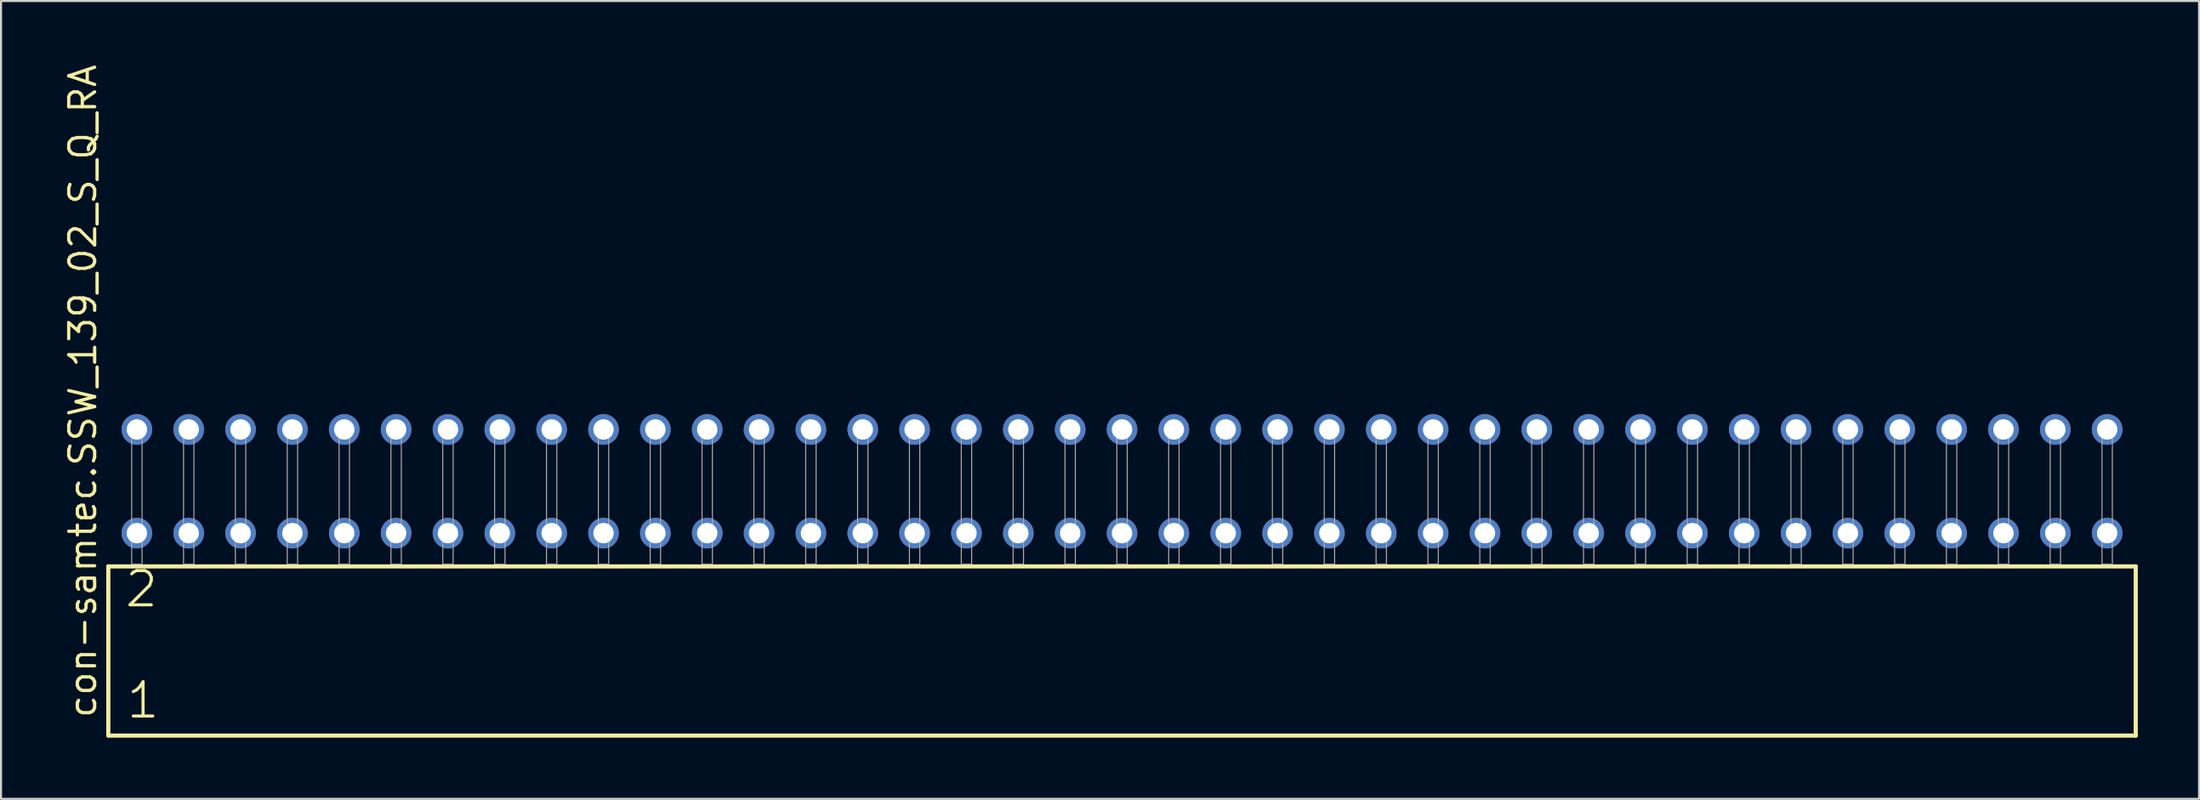
<source format=kicad_pcb>
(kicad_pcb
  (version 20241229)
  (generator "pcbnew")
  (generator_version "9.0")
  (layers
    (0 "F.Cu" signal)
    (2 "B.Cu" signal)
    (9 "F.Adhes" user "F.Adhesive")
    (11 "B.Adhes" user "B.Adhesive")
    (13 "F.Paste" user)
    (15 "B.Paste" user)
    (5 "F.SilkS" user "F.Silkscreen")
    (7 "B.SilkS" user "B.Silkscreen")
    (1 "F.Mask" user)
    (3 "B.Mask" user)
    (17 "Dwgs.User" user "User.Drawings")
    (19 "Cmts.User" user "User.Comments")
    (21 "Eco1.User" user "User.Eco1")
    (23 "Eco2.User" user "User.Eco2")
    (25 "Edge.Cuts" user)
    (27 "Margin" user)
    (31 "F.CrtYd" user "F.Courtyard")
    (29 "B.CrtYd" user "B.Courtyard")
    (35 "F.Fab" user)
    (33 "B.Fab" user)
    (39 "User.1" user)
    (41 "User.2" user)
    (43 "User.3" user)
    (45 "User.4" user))
  (footprint "con-samtec.SSW_139_02_S_Q_RA"
    (layer "F.Cu")
    (at 51.915 24.598)
    (property "Reference" "con-samtec.SSW_139_02_S_Q_RA" (at -50.165 7.62 90) (layer "F.SilkS") (effects (font (size 1.27 1.27) (thickness 0.16)) (justify left bottom)))
    (attr through_hole)
    (fp_line (start -49.659 0.106) (end -49.659 8.396) (stroke (width 0.203) (type default)) (layer "F.SilkS"))
    (fp_line (start -49.659 8.396) (end 49.659 8.396) (stroke (width 0.203) (type default)) (layer "F.SilkS"))
    (fp_line (start 49.659 0.106) (end -49.659 0.106) (stroke (width 0.203) (type default)) (layer "F.SilkS"))
    (fp_line (start 49.659 8.396) (end 49.659 0.106) (stroke (width 0.203) (type default)) (layer "F.SilkS"))
    (fp_rect (start -48.514 0) (end -48.006 -6.858) (stroke (width 0.05) (type default)) (fill no) (layer "F.Fab"))
    (fp_rect (start -45.974 0) (end -45.466 -6.858) (stroke (width 0.05) (type default)) (fill no) (layer "F.Fab"))
    (fp_rect (start -43.434 0) (end -42.926 -6.858) (stroke (width 0.05) (type default)) (fill no) (layer "F.Fab"))
    (fp_rect (start -40.894 0) (end -40.386 -6.858) (stroke (width 0.05) (type default)) (fill no) (layer "F.Fab"))
    (fp_rect (start -38.354 0) (end -37.846 -6.858) (stroke (width 0.05) (type default)) (fill no) (layer "F.Fab"))
    (fp_rect (start -35.814 0) (end -35.306 -6.858) (stroke (width 0.05) (type default)) (fill no) (layer "F.Fab"))
    (fp_rect (start -33.274 0) (end -32.766 -6.858) (stroke (width 0.05) (type default)) (fill no) (layer "F.Fab"))
    (fp_rect (start -30.734 0) (end -30.226 -6.858) (stroke (width 0.05) (type default)) (fill no) (layer "F.Fab"))
    (fp_rect (start -28.194 0) (end -27.686 -6.858) (stroke (width 0.05) (type default)) (fill no) (layer "F.Fab"))
    (fp_rect (start -25.654 0) (end -25.146 -6.858) (stroke (width 0.05) (type default)) (fill no) (layer "F.Fab"))
    (fp_rect (start -23.114 0) (end -22.606 -6.858) (stroke (width 0.05) (type default)) (fill no) (layer "F.Fab"))
    (fp_rect (start -20.574 0) (end -20.066 -6.858) (stroke (width 0.05) (type default)) (fill no) (layer "F.Fab"))
    (fp_rect (start -18.034 0) (end -17.526 -6.858) (stroke (width 0.05) (type default)) (fill no) (layer "F.Fab"))
    (fp_rect (start -15.494 0) (end -14.986 -6.858) (stroke (width 0.05) (type default)) (fill no) (layer "F.Fab"))
    (fp_rect (start -12.954 0) (end -12.446 -6.858) (stroke (width 0.05) (type default)) (fill no) (layer "F.Fab"))
    (fp_rect (start -10.414 0) (end -9.906 -6.858) (stroke (width 0.05) (type default)) (fill no) (layer "F.Fab"))
    (fp_rect (start -7.874 0) (end -7.366 -6.858) (stroke (width 0.05) (type default)) (fill no) (layer "F.Fab"))
    (fp_rect (start -5.334 0) (end -4.826 -6.858) (stroke (width 0.05) (type default)) (fill no) (layer "F.Fab"))
    (fp_rect (start -2.794 0) (end -2.286 -6.858) (stroke (width 0.05) (type default)) (fill no) (layer "F.Fab"))
    (fp_rect (start -0.254 0) (end 0.254 -6.858) (stroke (width 0.05) (type default)) (fill no) (layer "F.Fab"))
    (fp_rect (start 2.286 0) (end 2.794 -6.858) (stroke (width 0.05) (type default)) (fill no) (layer "F.Fab"))
    (fp_rect (start 4.826 0) (end 5.334 -6.858) (stroke (width 0.05) (type default)) (fill no) (layer "F.Fab"))
    (fp_rect (start 7.366 0) (end 7.874 -6.858) (stroke (width 0.05) (type default)) (fill no) (layer "F.Fab"))
    (fp_rect (start 9.906 0) (end 10.414 -6.858) (stroke (width 0.05) (type default)) (fill no) (layer "F.Fab"))
    (fp_rect (start 12.446 0) (end 12.954 -6.858) (stroke (width 0.05) (type default)) (fill no) (layer "F.Fab"))
    (fp_rect (start 14.986 0) (end 15.494 -6.858) (stroke (width 0.05) (type default)) (fill no) (layer "F.Fab"))
    (fp_rect (start 17.526 0) (end 18.034 -6.858) (stroke (width 0.05) (type default)) (fill no) (layer "F.Fab"))
    (fp_rect (start 20.066 0) (end 20.574 -6.858) (stroke (width 0.05) (type default)) (fill no) (layer "F.Fab"))
    (fp_rect (start 22.606 0) (end 23.114 -6.858) (stroke (width 0.05) (type default)) (fill no) (layer "F.Fab"))
    (fp_rect (start 25.146 0) (end 25.654 -6.858) (stroke (width 0.05) (type default)) (fill no) (layer "F.Fab"))
    (fp_rect (start 27.686 0) (end 28.194 -6.858) (stroke (width 0.05) (type default)) (fill no) (layer "F.Fab"))
    (fp_rect (start 30.226 0) (end 30.734 -6.858) (stroke (width 0.05) (type default)) (fill no) (layer "F.Fab"))
    (fp_rect (start 32.766 0) (end 33.274 -6.858) (stroke (width 0.05) (type default)) (fill no) (layer "F.Fab"))
    (fp_rect (start 35.306 0) (end 35.814 -6.858) (stroke (width 0.05) (type default)) (fill no) (layer "F.Fab"))
    (fp_rect (start 37.846 0) (end 38.354 -6.858) (stroke (width 0.05) (type default)) (fill no) (layer "F.Fab"))
    (fp_rect (start 40.386 0) (end 40.894 -6.858) (stroke (width 0.05) (type default)) (fill no) (layer "F.Fab"))
    (fp_rect (start 42.926 0) (end 43.434 -6.858) (stroke (width 0.05) (type default)) (fill no) (layer "F.Fab"))
    (fp_rect (start 45.466 0) (end 45.974 -6.858) (stroke (width 0.05) (type default)) (fill no) (layer "F.Fab"))
    (fp_rect (start 48.006 0) (end 48.514 -6.858) (stroke (width 0.05) (type default)) (fill no) (layer "F.Fab"))
    (fp_text user "2" (at -48.93 2.2 0) (layer "F.SilkS") (effects (font (size 1.676 1.676) (thickness 0.15)) (justify left bottom)))
    (fp_text user "1" (at -48.855 7.65 0) (layer "F.SilkS") (effects (font (size 1.676 1.676) (thickness 0.15)) (justify left bottom)))
    (pad "1" thru_hole circle (at -48.26 -1.524) (size 1.5 1.5) (drill 1) (layers "*.Cu" "*.Mask"))
    (pad "2" thru_hole circle (at -48.26 -6.604) (size 1.5 1.5) (drill 1) (layers "*.Cu" "*.Mask"))
    (pad "3" thru_hole circle (at -45.72 -1.524) (size 1.5 1.5) (drill 1) (layers "*.Cu" "*.Mask"))
    (pad "4" thru_hole circle (at -45.72 -6.604) (size 1.5 1.5) (drill 1) (layers "*.Cu" "*.Mask"))
    (pad "5" thru_hole circle (at -43.18 -1.524) (size 1.5 1.5) (drill 1) (layers "*.Cu" "*.Mask"))
    (pad "6" thru_hole circle (at -43.18 -6.604) (size 1.5 1.5) (drill 1) (layers "*.Cu" "*.Mask"))
    (pad "7" thru_hole circle (at -40.64 -1.524) (size 1.5 1.5) (drill 1) (layers "*.Cu" "*.Mask"))
    (pad "8" thru_hole circle (at -40.64 -6.604) (size 1.5 1.5) (drill 1) (layers "*.Cu" "*.Mask"))
    (pad "9" thru_hole circle (at -38.1 -1.524) (size 1.5 1.5) (drill 1) (layers "*.Cu" "*.Mask"))
    (pad "10" thru_hole circle (at -38.1 -6.604) (size 1.5 1.5) (drill 1) (layers "*.Cu" "*.Mask"))
    (pad "11" thru_hole circle (at -35.56 -1.524) (size 1.5 1.5) (drill 1) (layers "*.Cu" "*.Mask"))
    (pad "12" thru_hole circle (at -35.56 -6.604) (size 1.5 1.5) (drill 1) (layers "*.Cu" "*.Mask"))
    (pad "13" thru_hole circle (at -33.02 -1.524) (size 1.5 1.5) (drill 1) (layers "*.Cu" "*.Mask"))
    (pad "14" thru_hole circle (at -33.02 -6.604) (size 1.5 1.5) (drill 1) (layers "*.Cu" "*.Mask"))
    (pad "15" thru_hole circle (at -30.48 -1.524) (size 1.5 1.5) (drill 1) (layers "*.Cu" "*.Mask"))
    (pad "16" thru_hole circle (at -30.48 -6.604) (size 1.5 1.5) (drill 1) (layers "*.Cu" "*.Mask"))
    (pad "17" thru_hole circle (at -27.94 -1.524) (size 1.5 1.5) (drill 1) (layers "*.Cu" "*.Mask"))
    (pad "18" thru_hole circle (at -27.94 -6.604) (size 1.5 1.5) (drill 1) (layers "*.Cu" "*.Mask"))
    (pad "19" thru_hole circle (at -25.4 -1.524) (size 1.5 1.5) (drill 1) (layers "*.Cu" "*.Mask"))
    (pad "20" thru_hole circle (at -25.4 -6.604) (size 1.5 1.5) (drill 1) (layers "*.Cu" "*.Mask"))
    (pad "21" thru_hole circle (at -22.86 -1.524) (size 1.5 1.5) (drill 1) (layers "*.Cu" "*.Mask"))
    (pad "22" thru_hole circle (at -22.86 -6.604) (size 1.5 1.5) (drill 1) (layers "*.Cu" "*.Mask"))
    (pad "23" thru_hole circle (at -20.32 -1.524) (size 1.5 1.5) (drill 1) (layers "*.Cu" "*.Mask"))
    (pad "24" thru_hole circle (at -20.32 -6.604) (size 1.5 1.5) (drill 1) (layers "*.Cu" "*.Mask"))
    (pad "25" thru_hole circle (at -17.78 -1.524) (size 1.5 1.5) (drill 1) (layers "*.Cu" "*.Mask"))
    (pad "26" thru_hole circle (at -17.78 -6.604) (size 1.5 1.5) (drill 1) (layers "*.Cu" "*.Mask"))
    (pad "27" thru_hole circle (at -15.24 -1.524) (size 1.5 1.5) (drill 1) (layers "*.Cu" "*.Mask"))
    (pad "28" thru_hole circle (at -15.24 -6.604) (size 1.5 1.5) (drill 1) (layers "*.Cu" "*.Mask"))
    (pad "29" thru_hole circle (at -12.7 -1.524) (size 1.5 1.5) (drill 1) (layers "*.Cu" "*.Mask"))
    (pad "30" thru_hole circle (at -12.7 -6.604) (size 1.5 1.5) (drill 1) (layers "*.Cu" "*.Mask"))
    (pad "31" thru_hole circle (at -10.16 -1.524) (size 1.5 1.5) (drill 1) (layers "*.Cu" "*.Mask"))
    (pad "32" thru_hole circle (at -10.16 -6.604) (size 1.5 1.5) (drill 1) (layers "*.Cu" "*.Mask"))
    (pad "33" thru_hole circle (at -7.62 -1.524) (size 1.5 1.5) (drill 1) (layers "*.Cu" "*.Mask"))
    (pad "34" thru_hole circle (at -7.62 -6.604) (size 1.5 1.5) (drill 1) (layers "*.Cu" "*.Mask"))
    (pad "35" thru_hole circle (at -5.08 -1.524) (size 1.5 1.5) (drill 1) (layers "*.Cu" "*.Mask"))
    (pad "36" thru_hole circle (at -5.08 -6.604) (size 1.5 1.5) (drill 1) (layers "*.Cu" "*.Mask"))
    (pad "37" thru_hole circle (at -2.54 -1.524) (size 1.5 1.5) (drill 1) (layers "*.Cu" "*.Mask"))
    (pad "38" thru_hole circle (at -2.54 -6.604) (size 1.5 1.5) (drill 1) (layers "*.Cu" "*.Mask"))
    (pad "39" thru_hole circle (at 0 -1.524) (size 1.5 1.5) (drill 1) (layers "*.Cu" "*.Mask"))
    (pad "40" thru_hole circle (at 0 -6.604) (size 1.5 1.5) (drill 1) (layers "*.Cu" "*.Mask"))
    (pad "41" thru_hole circle (at 2.54 -1.524) (size 1.5 1.5) (drill 1) (layers "*.Cu" "*.Mask"))
    (pad "42" thru_hole circle (at 2.54 -6.604) (size 1.5 1.5) (drill 1) (layers "*.Cu" "*.Mask"))
    (pad "43" thru_hole circle (at 5.08 -1.524) (size 1.5 1.5) (drill 1) (layers "*.Cu" "*.Mask"))
    (pad "44" thru_hole circle (at 5.08 -6.604) (size 1.5 1.5) (drill 1) (layers "*.Cu" "*.Mask"))
    (pad "45" thru_hole circle (at 7.62 -1.524) (size 1.5 1.5) (drill 1) (layers "*.Cu" "*.Mask"))
    (pad "46" thru_hole circle (at 7.62 -6.604) (size 1.5 1.5) (drill 1) (layers "*.Cu" "*.Mask"))
    (pad "47" thru_hole circle (at 10.16 -1.524) (size 1.5 1.5) (drill 1) (layers "*.Cu" "*.Mask"))
    (pad "48" thru_hole circle (at 10.16 -6.604) (size 1.5 1.5) (drill 1) (layers "*.Cu" "*.Mask"))
    (pad "49" thru_hole circle (at 12.7 -1.524) (size 1.5 1.5) (drill 1) (layers "*.Cu" "*.Mask"))
    (pad "50" thru_hole circle (at 12.7 -6.604) (size 1.5 1.5) (drill 1) (layers "*.Cu" "*.Mask"))
    (pad "51" thru_hole circle (at 15.24 -1.524) (size 1.5 1.5) (drill 1) (layers "*.Cu" "*.Mask"))
    (pad "52" thru_hole circle (at 15.24 -6.604) (size 1.5 1.5) (drill 1) (layers "*.Cu" "*.Mask"))
    (pad "53" thru_hole circle (at 17.78 -1.524) (size 1.5 1.5) (drill 1) (layers "*.Cu" "*.Mask"))
    (pad "54" thru_hole circle (at 17.78 -6.604) (size 1.5 1.5) (drill 1) (layers "*.Cu" "*.Mask"))
    (pad "55" thru_hole circle (at 20.32 -1.524) (size 1.5 1.5) (drill 1) (layers "*.Cu" "*.Mask"))
    (pad "56" thru_hole circle (at 20.32 -6.604) (size 1.5 1.5) (drill 1) (layers "*.Cu" "*.Mask"))
    (pad "57" thru_hole circle (at 22.86 -1.524) (size 1.5 1.5) (drill 1) (layers "*.Cu" "*.Mask"))
    (pad "58" thru_hole circle (at 22.86 -6.604) (size 1.5 1.5) (drill 1) (layers "*.Cu" "*.Mask"))
    (pad "59" thru_hole circle (at 25.4 -1.524) (size 1.5 1.5) (drill 1) (layers "*.Cu" "*.Mask"))
    (pad "60" thru_hole circle (at 25.4 -6.604) (size 1.5 1.5) (drill 1) (layers "*.Cu" "*.Mask"))
    (pad "61" thru_hole circle (at 27.94 -1.524) (size 1.5 1.5) (drill 1) (layers "*.Cu" "*.Mask"))
    (pad "62" thru_hole circle (at 27.94 -6.604) (size 1.5 1.5) (drill 1) (layers "*.Cu" "*.Mask"))
    (pad "63" thru_hole circle (at 30.48 -1.524) (size 1.5 1.5) (drill 1) (layers "*.Cu" "*.Mask"))
    (pad "64" thru_hole circle (at 30.48 -6.604) (size 1.5 1.5) (drill 1) (layers "*.Cu" "*.Mask"))
    (pad "65" thru_hole circle (at 33.02 -1.524) (size 1.5 1.5) (drill 1) (layers "*.Cu" "*.Mask"))
    (pad "66" thru_hole circle (at 33.02 -6.604) (size 1.5 1.5) (drill 1) (layers "*.Cu" "*.Mask"))
    (pad "67" thru_hole circle (at 35.56 -1.524) (size 1.5 1.5) (drill 1) (layers "*.Cu" "*.Mask"))
    (pad "68" thru_hole circle (at 35.56 -6.604) (size 1.5 1.5) (drill 1) (layers "*.Cu" "*.Mask"))
    (pad "69" thru_hole circle (at 38.1 -1.524) (size 1.5 1.5) (drill 1) (layers "*.Cu" "*.Mask"))
    (pad "70" thru_hole circle (at 38.1 -6.604) (size 1.5 1.5) (drill 1) (layers "*.Cu" "*.Mask"))
    (pad "71" thru_hole circle (at 40.64 -1.524) (size 1.5 1.5) (drill 1) (layers "*.Cu" "*.Mask"))
    (pad "72" thru_hole circle (at 40.64 -6.604) (size 1.5 1.5) (drill 1) (layers "*.Cu" "*.Mask"))
    (pad "73" thru_hole circle (at 43.18 -1.524) (size 1.5 1.5) (drill 1) (layers "*.Cu" "*.Mask"))
    (pad "74" thru_hole circle (at 43.18 -6.604) (size 1.5 1.5) (drill 1) (layers "*.Cu" "*.Mask"))
    (pad "75" thru_hole circle (at 45.72 -1.524) (size 1.5 1.5) (drill 1) (layers "*.Cu" "*.Mask"))
    (pad "76" thru_hole circle (at 45.72 -6.604) (size 1.5 1.5) (drill 1) (layers "*.Cu" "*.Mask"))
    (pad "77" thru_hole circle (at 48.26 -1.524) (size 1.5 1.5) (drill 1) (layers "*.Cu" "*.Mask"))
    (pad "78" thru_hole circle (at 48.26 -6.604) (size 1.5 1.5) (drill 1) (layers "*.Cu" "*.Mask")))
  (gr_rect
    (start -3 -3)
    (end 104.676 36.096)
    (stroke (width 0.1) (type default))
    (fill no)
    (layer "Edge.Cuts")))
</source>
